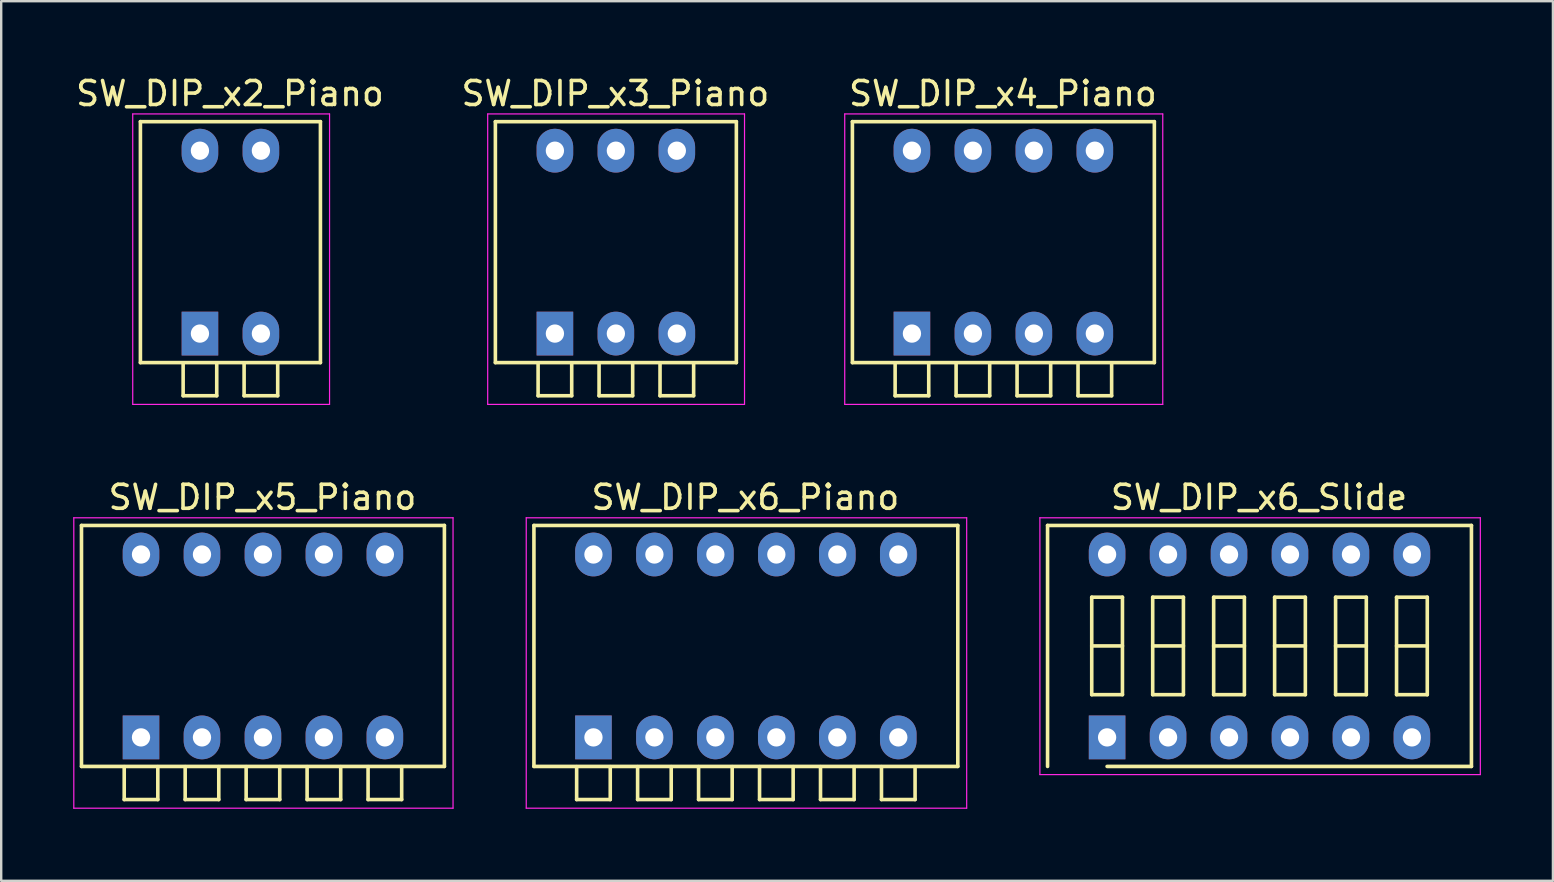
<source format=kicad_pcb>
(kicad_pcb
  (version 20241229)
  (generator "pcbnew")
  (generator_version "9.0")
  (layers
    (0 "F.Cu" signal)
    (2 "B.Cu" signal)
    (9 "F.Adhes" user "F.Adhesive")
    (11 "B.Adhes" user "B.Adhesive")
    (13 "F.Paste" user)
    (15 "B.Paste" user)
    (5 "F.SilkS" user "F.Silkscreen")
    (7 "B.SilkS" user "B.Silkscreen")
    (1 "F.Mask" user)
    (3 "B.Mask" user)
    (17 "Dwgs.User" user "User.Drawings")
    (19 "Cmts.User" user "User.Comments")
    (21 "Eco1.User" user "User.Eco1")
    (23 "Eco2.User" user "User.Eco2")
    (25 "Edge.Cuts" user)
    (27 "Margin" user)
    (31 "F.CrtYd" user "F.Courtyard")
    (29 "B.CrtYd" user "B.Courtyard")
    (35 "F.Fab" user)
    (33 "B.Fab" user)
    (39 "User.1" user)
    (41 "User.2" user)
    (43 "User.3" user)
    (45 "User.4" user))
  (footprint "SW_DIP_x6_Slide"
    (layer "F.Cu")
    (at 43.075 27.672)
    (property "Reference" "SW_DIP_x6_Slide" (at 6.33 -10 0) (layer "F.SilkS") (effects (font (size 1 1) (thickness 0.15))))
    (attr through_hole)
    (fp_line (start -2.48 -8.83) (end 15.18 -8.83) (stroke (width 0.15) (type solid)) (layer "F.SilkS"))
    (fp_line (start -2.48 1.21) (end -2.48 -8.83) (stroke (width 0.15) (type solid)) (layer "F.SilkS"))
    (fp_line (start -0.64 -5.84) (end -0.64 -1.78) (stroke (width 0.15) (type solid)) (layer "F.SilkS"))
    (fp_line (start -0.64 -3.81) (end 0.64 -3.81) (stroke (width 0.15) (type solid)) (layer "F.SilkS"))
    (fp_line (start -0.64 -1.78) (end 0.64 -1.78) (stroke (width 0.15) (type solid)) (layer "F.SilkS"))
    (fp_line (start 0.64 -5.84) (end -0.64 -5.84) (stroke (width 0.15) (type solid)) (layer "F.SilkS"))
    (fp_line (start 0.64 -1.78) (end 0.64 -5.84) (stroke (width 0.15) (type solid)) (layer "F.SilkS"))
    (fp_line (start 1.9 -5.84) (end 1.9 -1.78) (stroke (width 0.15) (type solid)) (layer "F.SilkS"))
    (fp_line (start 1.9 -3.81) (end 3.18 -3.81) (stroke (width 0.15) (type solid)) (layer "F.SilkS"))
    (fp_line (start 1.9 -1.78) (end 3.18 -1.78) (stroke (width 0.15) (type solid)) (layer "F.SilkS"))
    (fp_line (start 3.18 -5.84) (end 1.9 -5.84) (stroke (width 0.15) (type solid)) (layer "F.SilkS"))
    (fp_line (start 3.18 -1.78) (end 3.18 -5.84) (stroke (width 0.15) (type solid)) (layer "F.SilkS"))
    (fp_line (start 4.44 -5.84) (end 4.44 -1.78) (stroke (width 0.15) (type solid)) (layer "F.SilkS"))
    (fp_line (start 4.44 -3.81) (end 5.72 -3.81) (stroke (width 0.15) (type solid)) (layer "F.SilkS"))
    (fp_line (start 4.44 -1.78) (end 5.72 -1.78) (stroke (width 0.15) (type solid)) (layer "F.SilkS"))
    (fp_line (start 5.72 -5.84) (end 4.44 -5.84) (stroke (width 0.15) (type solid)) (layer "F.SilkS"))
    (fp_line (start 5.72 -1.78) (end 5.72 -5.84) (stroke (width 0.15) (type solid)) (layer "F.SilkS"))
    (fp_line (start 6.98 -5.84) (end 6.98 -1.78) (stroke (width 0.15) (type solid)) (layer "F.SilkS"))
    (fp_line (start 6.98 -3.81) (end 8.26 -3.81) (stroke (width 0.15) (type solid)) (layer "F.SilkS"))
    (fp_line (start 6.98 -1.78) (end 8.26 -1.78) (stroke (width 0.15) (type solid)) (layer "F.SilkS"))
    (fp_line (start 8.26 -5.84) (end 6.98 -5.84) (stroke (width 0.15) (type solid)) (layer "F.SilkS"))
    (fp_line (start 8.26 -1.78) (end 8.26 -5.84) (stroke (width 0.15) (type solid)) (layer "F.SilkS"))
    (fp_line (start 9.52 -5.84) (end 9.52 -1.78) (stroke (width 0.15) (type solid)) (layer "F.SilkS"))
    (fp_line (start 9.52 -3.81) (end 10.8 -3.81) (stroke (width 0.15) (type solid)) (layer "F.SilkS"))
    (fp_line (start 9.52 -1.78) (end 10.8 -1.78) (stroke (width 0.15) (type solid)) (layer "F.SilkS"))
    (fp_line (start 10.8 -5.84) (end 9.52 -5.84) (stroke (width 0.15) (type solid)) (layer "F.SilkS"))
    (fp_line (start 10.8 -1.78) (end 10.8 -5.84) (stroke (width 0.15) (type solid)) (layer "F.SilkS"))
    (fp_line (start 12.06 -5.84) (end 12.06 -1.78) (stroke (width 0.15) (type solid)) (layer "F.SilkS"))
    (fp_line (start 12.06 -3.81) (end 13.34 -3.81) (stroke (width 0.15) (type solid)) (layer "F.SilkS"))
    (fp_line (start 12.06 -1.78) (end 13.34 -1.78) (stroke (width 0.15) (type solid)) (layer "F.SilkS"))
    (fp_line (start 13.34 -5.84) (end 12.06 -5.84) (stroke (width 0.15) (type solid)) (layer "F.SilkS"))
    (fp_line (start 13.34 -1.78) (end 13.34 -5.84) (stroke (width 0.15) (type solid)) (layer "F.SilkS"))
    (fp_line (start 15.18 -8.83) (end 15.18 1.21) (stroke (width 0.15) (type solid)) (layer "F.SilkS"))
    (fp_line (start 15.18 1.21) (end 0 1.21) (stroke (width 0.15) (type solid)) (layer "F.SilkS"))
    (fp_line (start -2.8 -9.15) (end -2.8 1.55) (stroke (width 0.05) (type solid)) (layer "F.CrtYd"))
    (fp_line (start -2.8 1.55) (end 15.55 1.55) (stroke (width 0.05) (type solid)) (layer "F.CrtYd"))
    (fp_line (start 15.55 -9.15) (end -2.8 -9.15) (stroke (width 0.05) (type solid)) (layer "F.CrtYd"))
    (fp_line (start 15.55 1.55) (end 15.55 -9.15) (stroke (width 0.05) (type solid)) (layer "F.CrtYd"))
    (pad "1" thru_hole rect (at 0 0) (size 1.524 1.824) (drill 0.762) (layers "*.Cu" "*.Mask"))
    (pad "2" thru_hole oval (at 2.54 0) (size 1.524 1.824) (drill 0.762) (layers "*.Cu" "*.Mask"))
    (pad "3" thru_hole oval (at 5.08 0) (size 1.524 1.824) (drill 0.762) (layers "*.Cu" "*.Mask"))
    (pad "4" thru_hole oval (at 7.62 0) (size 1.524 1.824) (drill 0.762) (layers "*.Cu" "*.Mask"))
    (pad "5" thru_hole oval (at 10.16 0) (size 1.524 1.824) (drill 0.762) (layers "*.Cu" "*.Mask"))
    (pad "6" thru_hole oval (at 12.7 0) (size 1.524 1.824) (drill 0.762) (layers "*.Cu" "*.Mask"))
    (pad "7" thru_hole oval (at 12.7 -7.62) (size 1.524 1.824) (drill 0.762) (layers "*.Cu" "*.Mask"))
    (pad "8" thru_hole oval (at 10.16 -7.62) (size 1.524 1.824) (drill 0.762) (layers "*.Cu" "*.Mask"))
    (pad "9" thru_hole oval (at 7.62 -7.62) (size 1.524 1.824) (drill 0.762) (layers "*.Cu" "*.Mask"))
    (pad "10" thru_hole oval (at 5.08 -7.62) (size 1.524 1.824) (drill 0.762) (layers "*.Cu" "*.Mask"))
    (pad "11" thru_hole oval (at 2.54 -7.62) (size 1.524 1.824) (drill 0.762) (layers "*.Cu" "*.Mask"))
    (pad "12" thru_hole oval (at 0 -7.62) (size 1.524 1.824) (drill 0.762) (layers "*.Cu" "*.Mask")))
  (footprint "SW_DIP_x6_Piano"
    (layer "F.Cu")
    (at 21.675 27.672)
    (property "Reference" "SW_DIP_x6_Piano" (at 6.33 -10 0) (layer "F.SilkS") (effects (font (size 1 1) (thickness 0.15))))
    (attr through_hole)
    (fp_line (start -2.48 -8.83) (end 15.18 -8.83) (stroke (width 0.15) (type solid)) (layer "F.SilkS"))
    (fp_line (start -2.48 1.21) (end -2.48 -8.83) (stroke (width 0.15) (type solid)) (layer "F.SilkS"))
    (fp_line (start -0.7 1.22) (end -0.7 2.59) (stroke (width 0.15) (type solid)) (layer "F.SilkS"))
    (fp_line (start -0.7 2.59) (end 0.7 2.59) (stroke (width 0.15) (type solid)) (layer "F.SilkS"))
    (fp_line (start 0.7 2.59) (end 0.7 1.22) (stroke (width 0.15) (type solid)) (layer "F.SilkS"))
    (fp_line (start 1.84 1.22) (end 1.84 2.59) (stroke (width 0.15) (type solid)) (layer "F.SilkS"))
    (fp_line (start 1.84 2.59) (end 3.24 2.59) (stroke (width 0.15) (type solid)) (layer "F.SilkS"))
    (fp_line (start 3.24 2.59) (end 3.24 1.22) (stroke (width 0.15) (type solid)) (layer "F.SilkS"))
    (fp_line (start 4.38 1.22) (end 4.38 2.59) (stroke (width 0.15) (type solid)) (layer "F.SilkS"))
    (fp_line (start 4.38 2.59) (end 5.78 2.59) (stroke (width 0.15) (type solid)) (layer "F.SilkS"))
    (fp_line (start 5.78 2.59) (end 5.78 1.22) (stroke (width 0.15) (type solid)) (layer "F.SilkS"))
    (fp_line (start 6.92 1.22) (end 6.92 2.59) (stroke (width 0.15) (type solid)) (layer "F.SilkS"))
    (fp_line (start 6.92 2.59) (end 8.32 2.59) (stroke (width 0.15) (type solid)) (layer "F.SilkS"))
    (fp_line (start 8.32 2.59) (end 8.32 1.22) (stroke (width 0.15) (type solid)) (layer "F.SilkS"))
    (fp_line (start 9.46 1.22) (end 9.46 2.59) (stroke (width 0.15) (type solid)) (layer "F.SilkS"))
    (fp_line (start 9.46 2.59) (end 10.86 2.59) (stroke (width 0.15) (type solid)) (layer "F.SilkS"))
    (fp_line (start 10.86 2.59) (end 10.86 1.22) (stroke (width 0.15) (type solid)) (layer "F.SilkS"))
    (fp_line (start 12 1.22) (end 12 2.59) (stroke (width 0.15) (type solid)) (layer "F.SilkS"))
    (fp_line (start 12 2.59) (end 13.4 2.59) (stroke (width 0.15) (type solid)) (layer "F.SilkS"))
    (fp_line (start 13.4 2.59) (end 13.4 1.22) (stroke (width 0.15) (type solid)) (layer "F.SilkS"))
    (fp_line (start 15.18 -8.83) (end 15.18 1.21) (stroke (width 0.15) (type solid)) (layer "F.SilkS"))
    (fp_line (start 15.18 1.21) (end -2.48 1.21) (stroke (width 0.15) (type solid)) (layer "F.SilkS"))
    (fp_line (start -2.8 -9.15) (end -2.8 2.95) (stroke (width 0.05) (type solid)) (layer "F.CrtYd"))
    (fp_line (start -2.8 2.95) (end 15.55 2.95) (stroke (width 0.05) (type solid)) (layer "F.CrtYd"))
    (fp_line (start 15.55 -9.15) (end -2.8 -9.15) (stroke (width 0.05) (type solid)) (layer "F.CrtYd"))
    (fp_line (start 15.55 2.95) (end 15.55 -9.15) (stroke (width 0.05) (type solid)) (layer "F.CrtYd"))
    (pad "1" thru_hole rect (at 0 0) (size 1.524 1.824) (drill 0.762) (layers "*.Cu" "*.Mask"))
    (pad "2" thru_hole oval (at 2.54 0) (size 1.524 1.824) (drill 0.762) (layers "*.Cu" "*.Mask"))
    (pad "3" thru_hole oval (at 5.08 0) (size 1.524 1.824) (drill 0.762) (layers "*.Cu" "*.Mask"))
    (pad "4" thru_hole oval (at 7.62 0) (size 1.524 1.824) (drill 0.762) (layers "*.Cu" "*.Mask"))
    (pad "5" thru_hole oval (at 10.16 0) (size 1.524 1.824) (drill 0.762) (layers "*.Cu" "*.Mask"))
    (pad "6" thru_hole oval (at 12.7 0) (size 1.524 1.824) (drill 0.762) (layers "*.Cu" "*.Mask"))
    (pad "7" thru_hole oval (at 12.7 -7.62) (size 1.524 1.824) (drill 0.762) (layers "*.Cu" "*.Mask"))
    (pad "8" thru_hole oval (at 10.16 -7.62) (size 1.524 1.824) (drill 0.762) (layers "*.Cu" "*.Mask"))
    (pad "9" thru_hole oval (at 7.62 -7.62) (size 1.524 1.824) (drill 0.762) (layers "*.Cu" "*.Mask"))
    (pad "10" thru_hole oval (at 5.08 -7.62) (size 1.524 1.824) (drill 0.762) (layers "*.Cu" "*.Mask"))
    (pad "11" thru_hole oval (at 2.54 -7.62) (size 1.524 1.824) (drill 0.762) (layers "*.Cu" "*.Mask"))
    (pad "12" thru_hole oval (at 0 -7.62) (size 1.524 1.824) (drill 0.762) (layers "*.Cu" "*.Mask")))
  (footprint "SW_DIP_x5_Piano"
    (layer "F.Cu")
    (at 2.825 27.672)
    (property "Reference" "SW_DIP_x5_Piano" (at 5.06 -10 0) (layer "F.SilkS") (effects (font (size 1 1) (thickness 0.15))))
    (attr through_hole)
    (fp_line (start -2.48 -8.83) (end 12.64 -8.83) (stroke (width 0.15) (type solid)) (layer "F.SilkS"))
    (fp_line (start -2.48 1.21) (end -2.48 -8.83) (stroke (width 0.15) (type solid)) (layer "F.SilkS"))
    (fp_line (start -0.7 1.22) (end -0.7 2.59) (stroke (width 0.15) (type solid)) (layer "F.SilkS"))
    (fp_line (start -0.7 2.59) (end 0.7 2.59) (stroke (width 0.15) (type solid)) (layer "F.SilkS"))
    (fp_line (start 0.7 2.59) (end 0.7 1.22) (stroke (width 0.15) (type solid)) (layer "F.SilkS"))
    (fp_line (start 1.84 1.22) (end 1.84 2.59) (stroke (width 0.15) (type solid)) (layer "F.SilkS"))
    (fp_line (start 1.84 2.59) (end 3.24 2.59) (stroke (width 0.15) (type solid)) (layer "F.SilkS"))
    (fp_line (start 3.24 2.59) (end 3.24 1.22) (stroke (width 0.15) (type solid)) (layer "F.SilkS"))
    (fp_line (start 4.38 1.22) (end 4.38 2.59) (stroke (width 0.15) (type solid)) (layer "F.SilkS"))
    (fp_line (start 4.38 2.59) (end 5.78 2.59) (stroke (width 0.15) (type solid)) (layer "F.SilkS"))
    (fp_line (start 5.78 2.59) (end 5.78 1.22) (stroke (width 0.15) (type solid)) (layer "F.SilkS"))
    (fp_line (start 6.92 1.22) (end 6.92 2.59) (stroke (width 0.15) (type solid)) (layer "F.SilkS"))
    (fp_line (start 6.92 2.59) (end 8.32 2.59) (stroke (width 0.15) (type solid)) (layer "F.SilkS"))
    (fp_line (start 8.32 2.59) (end 8.32 1.22) (stroke (width 0.15) (type solid)) (layer "F.SilkS"))
    (fp_line (start 9.46 1.22) (end 9.46 2.59) (stroke (width 0.15) (type solid)) (layer "F.SilkS"))
    (fp_line (start 9.46 2.59) (end 10.86 2.59) (stroke (width 0.15) (type solid)) (layer "F.SilkS"))
    (fp_line (start 10.86 2.59) (end 10.86 1.22) (stroke (width 0.15) (type solid)) (layer "F.SilkS"))
    (fp_line (start 12.64 -8.83) (end 12.64 1.21) (stroke (width 0.15) (type solid)) (layer "F.SilkS"))
    (fp_line (start 12.64 1.21) (end -2.48 1.21) (stroke (width 0.15) (type solid)) (layer "F.SilkS"))
    (fp_line (start -2.8 -9.15) (end -2.8 2.95) (stroke (width 0.05) (type solid)) (layer "F.CrtYd"))
    (fp_line (start -2.8 2.95) (end 13 2.95) (stroke (width 0.05) (type solid)) (layer "F.CrtYd"))
    (fp_line (start 13 -9.15) (end -2.8 -9.15) (stroke (width 0.05) (type solid)) (layer "F.CrtYd"))
    (fp_line (start 13 2.95) (end 13 -9.15) (stroke (width 0.05) (type solid)) (layer "F.CrtYd"))
    (pad "1" thru_hole rect (at 0 0) (size 1.524 1.824) (drill 0.762) (layers "*.Cu" "*.Mask"))
    (pad "2" thru_hole oval (at 2.54 0) (size 1.524 1.824) (drill 0.762) (layers "*.Cu" "*.Mask"))
    (pad "3" thru_hole oval (at 5.08 0) (size 1.524 1.824) (drill 0.762) (layers "*.Cu" "*.Mask"))
    (pad "4" thru_hole oval (at 7.62 0) (size 1.524 1.824) (drill 0.762) (layers "*.Cu" "*.Mask"))
    (pad "5" thru_hole oval (at 10.16 0) (size 1.524 1.824) (drill 0.762) (layers "*.Cu" "*.Mask"))
    (pad "6" thru_hole oval (at 10.16 -7.62) (size 1.524 1.824) (drill 0.762) (layers "*.Cu" "*.Mask"))
    (pad "7" thru_hole oval (at 7.62 -7.62) (size 1.524 1.824) (drill 0.762) (layers "*.Cu" "*.Mask"))
    (pad "8" thru_hole oval (at 5.08 -7.62) (size 1.524 1.824) (drill 0.762) (layers "*.Cu" "*.Mask"))
    (pad "9" thru_hole oval (at 2.54 -7.62) (size 1.524 1.824) (drill 0.762) (layers "*.Cu" "*.Mask"))
    (pad "10" thru_hole oval (at 0 -7.62) (size 1.524 1.824) (drill 0.762) (layers "*.Cu" "*.Mask")))
  (footprint "SW_DIP_x4_Piano"
    (layer "F.Cu")
    (at 34.944 10.848)
    (property "Reference" "SW_DIP_x4_Piano" (at 3.79 -10 0) (layer "F.SilkS") (effects (font (size 1 1) (thickness 0.15))))
    (attr through_hole)
    (fp_line (start -2.48 -8.83) (end 10.1 -8.83) (stroke (width 0.15) (type solid)) (layer "F.SilkS"))
    (fp_line (start -2.48 1.21) (end -2.48 -8.83) (stroke (width 0.15) (type solid)) (layer "F.SilkS"))
    (fp_line (start -0.7 1.22) (end -0.7 2.59) (stroke (width 0.15) (type solid)) (layer "F.SilkS"))
    (fp_line (start -0.7 2.59) (end 0.7 2.59) (stroke (width 0.15) (type solid)) (layer "F.SilkS"))
    (fp_line (start 0.7 2.59) (end 0.7 1.22) (stroke (width 0.15) (type solid)) (layer "F.SilkS"))
    (fp_line (start 1.84 1.22) (end 1.84 2.59) (stroke (width 0.15) (type solid)) (layer "F.SilkS"))
    (fp_line (start 1.84 2.59) (end 3.24 2.59) (stroke (width 0.15) (type solid)) (layer "F.SilkS"))
    (fp_line (start 3.24 2.59) (end 3.24 1.22) (stroke (width 0.15) (type solid)) (layer "F.SilkS"))
    (fp_line (start 4.38 1.22) (end 4.38 2.59) (stroke (width 0.15) (type solid)) (layer "F.SilkS"))
    (fp_line (start 4.38 2.59) (end 5.78 2.59) (stroke (width 0.15) (type solid)) (layer "F.SilkS"))
    (fp_line (start 5.78 2.59) (end 5.78 1.22) (stroke (width 0.15) (type solid)) (layer "F.SilkS"))
    (fp_line (start 6.92 1.22) (end 6.92 2.59) (stroke (width 0.15) (type solid)) (layer "F.SilkS"))
    (fp_line (start 6.92 2.59) (end 8.32 2.59) (stroke (width 0.15) (type solid)) (layer "F.SilkS"))
    (fp_line (start 8.32 2.59) (end 8.32 1.22) (stroke (width 0.15) (type solid)) (layer "F.SilkS"))
    (fp_line (start 10.1 -8.83) (end 10.1 1.21) (stroke (width 0.15) (type solid)) (layer "F.SilkS"))
    (fp_line (start 10.1 1.21) (end -2.48 1.21) (stroke (width 0.15) (type solid)) (layer "F.SilkS"))
    (fp_line (start -2.8 -9.15) (end -2.8 2.95) (stroke (width 0.05) (type solid)) (layer "F.CrtYd"))
    (fp_line (start -2.8 2.95) (end 10.45 2.95) (stroke (width 0.05) (type solid)) (layer "F.CrtYd"))
    (fp_line (start 10.45 -9.15) (end -2.8 -9.15) (stroke (width 0.05) (type solid)) (layer "F.CrtYd"))
    (fp_line (start 10.45 2.95) (end 10.45 -9.15) (stroke (width 0.05) (type solid)) (layer "F.CrtYd"))
    (pad "1" thru_hole rect (at 0 0) (size 1.524 1.824) (drill 0.762) (layers "*.Cu" "*.Mask"))
    (pad "2" thru_hole oval (at 2.54 0) (size 1.524 1.824) (drill 0.762) (layers "*.Cu" "*.Mask"))
    (pad "3" thru_hole oval (at 5.08 0) (size 1.524 1.824) (drill 0.762) (layers "*.Cu" "*.Mask"))
    (pad "4" thru_hole oval (at 7.62 0) (size 1.524 1.824) (drill 0.762) (layers "*.Cu" "*.Mask"))
    (pad "5" thru_hole oval (at 7.62 -7.62) (size 1.524 1.824) (drill 0.762) (layers "*.Cu" "*.Mask"))
    (pad "6" thru_hole oval (at 5.08 -7.62) (size 1.524 1.824) (drill 0.762) (layers "*.Cu" "*.Mask"))
    (pad "7" thru_hole oval (at 2.54 -7.62) (size 1.524 1.824) (drill 0.762) (layers "*.Cu" "*.Mask"))
    (pad "8" thru_hole oval (at 0 -7.62) (size 1.524 1.824) (drill 0.762) (layers "*.Cu" "*.Mask")))
  (footprint "SW_DIP_x2_Piano"
    (layer "F.Cu")
    (at 5.28 10.848)
    (property "Reference" "SW_DIP_x2_Piano" (at 1.25 -10 0) (layer "F.SilkS") (effects (font (size 1 1) (thickness 0.15))))
    (attr through_hole)
    (fp_line (start -2.48 -8.83) (end 5.02 -8.83) (stroke (width 0.15) (type solid)) (layer "F.SilkS"))
    (fp_line (start -2.48 1.21) (end -2.48 -8.83) (stroke (width 0.15) (type solid)) (layer "F.SilkS"))
    (fp_line (start -0.7 1.22) (end -0.7 2.59) (stroke (width 0.15) (type solid)) (layer "F.SilkS"))
    (fp_line (start -0.7 2.59) (end 0.7 2.59) (stroke (width 0.15) (type solid)) (layer "F.SilkS"))
    (fp_line (start 0.7 2.59) (end 0.7 1.22) (stroke (width 0.15) (type solid)) (layer "F.SilkS"))
    (fp_line (start 1.84 1.22) (end 1.84 2.59) (stroke (width 0.15) (type solid)) (layer "F.SilkS"))
    (fp_line (start 1.84 2.59) (end 3.24 2.59) (stroke (width 0.15) (type solid)) (layer "F.SilkS"))
    (fp_line (start 3.24 2.59) (end 3.24 1.22) (stroke (width 0.15) (type solid)) (layer "F.SilkS"))
    (fp_line (start 5.02 -8.83) (end 5.02 1.21) (stroke (width 0.15) (type solid)) (layer "F.SilkS"))
    (fp_line (start 5.02 1.21) (end -2.48 1.21) (stroke (width 0.15) (type solid)) (layer "F.SilkS"))
    (fp_line (start -2.8 -9.15) (end -2.8 2.95) (stroke (width 0.05) (type solid)) (layer "F.CrtYd"))
    (fp_line (start -2.8 2.95) (end 5.4 2.95) (stroke (width 0.05) (type solid)) (layer "F.CrtYd"))
    (fp_line (start 5.4 -9.15) (end -2.8 -9.15) (stroke (width 0.05) (type solid)) (layer "F.CrtYd"))
    (fp_line (start 5.4 2.95) (end 5.4 -9.15) (stroke (width 0.05) (type solid)) (layer "F.CrtYd"))
    (pad "1" thru_hole rect (at 0 0) (size 1.524 1.824) (drill 0.762) (layers "*.Cu" "*.Mask"))
    (pad "2" thru_hole oval (at 2.54 0) (size 1.524 1.824) (drill 0.762) (layers "*.Cu" "*.Mask"))
    (pad "3" thru_hole oval (at 2.54 -7.62) (size 1.524 1.824) (drill 0.762) (layers "*.Cu" "*.Mask"))
    (pad "4" thru_hole oval (at 0 -7.62) (size 1.524 1.824) (drill 0.762) (layers "*.Cu" "*.Mask")))
  (footprint "SW_DIP_x3_Piano"
    (layer "F.Cu")
    (at 20.069 10.848)
    (property "Reference" "SW_DIP_x3_Piano" (at 2.52 -10 0) (layer "F.SilkS") (effects (font (size 1 1) (thickness 0.15))))
    (attr through_hole)
    (fp_line (start -2.48 -8.83) (end 7.56 -8.83) (stroke (width 0.15) (type solid)) (layer "F.SilkS"))
    (fp_line (start -2.48 1.21) (end -2.48 -8.83) (stroke (width 0.15) (type solid)) (layer "F.SilkS"))
    (fp_line (start -0.7 1.22) (end -0.7 2.59) (stroke (width 0.15) (type solid)) (layer "F.SilkS"))
    (fp_line (start -0.7 2.59) (end 0.7 2.59) (stroke (width 0.15) (type solid)) (layer "F.SilkS"))
    (fp_line (start 0.7 2.59) (end 0.7 1.22) (stroke (width 0.15) (type solid)) (layer "F.SilkS"))
    (fp_line (start 1.84 1.22) (end 1.84 2.59) (stroke (width 0.15) (type solid)) (layer "F.SilkS"))
    (fp_line (start 1.84 2.59) (end 3.24 2.59) (stroke (width 0.15) (type solid)) (layer "F.SilkS"))
    (fp_line (start 3.24 2.59) (end 3.24 1.22) (stroke (width 0.15) (type solid)) (layer "F.SilkS"))
    (fp_line (start 4.38 1.22) (end 4.38 2.59) (stroke (width 0.15) (type solid)) (layer "F.SilkS"))
    (fp_line (start 4.38 2.59) (end 5.78 2.59) (stroke (width 0.15) (type solid)) (layer "F.SilkS"))
    (fp_line (start 5.78 2.59) (end 5.78 1.22) (stroke (width 0.15) (type solid)) (layer "F.SilkS"))
    (fp_line (start 7.56 -8.83) (end 7.56 1.21) (stroke (width 0.15) (type solid)) (layer "F.SilkS"))
    (fp_line (start 7.56 1.21) (end -2.48 1.21) (stroke (width 0.15) (type solid)) (layer "F.SilkS"))
    (fp_line (start -2.8 -9.15) (end -2.8 2.95) (stroke (width 0.05) (type solid)) (layer "F.CrtYd"))
    (fp_line (start -2.8 2.95) (end 7.9 2.95) (stroke (width 0.05) (type solid)) (layer "F.CrtYd"))
    (fp_line (start 7.9 -9.15) (end -2.8 -9.15) (stroke (width 0.05) (type solid)) (layer "F.CrtYd"))
    (fp_line (start 7.9 2.95) (end 7.9 -9.15) (stroke (width 0.05) (type solid)) (layer "F.CrtYd"))
    (pad "1" thru_hole rect (at 0 0) (size 1.524 1.824) (drill 0.762) (layers "*.Cu" "*.Mask"))
    (pad "2" thru_hole oval (at 2.54 0) (size 1.524 1.824) (drill 0.762) (layers "*.Cu" "*.Mask"))
    (pad "3" thru_hole oval (at 5.08 0) (size 1.524 1.824) (drill 0.762) (layers "*.Cu" "*.Mask"))
    (pad "4" thru_hole oval (at 5.08 -7.62) (size 1.524 1.824) (drill 0.762) (layers "*.Cu" "*.Mask"))
    (pad "5" thru_hole oval (at 2.54 -7.62) (size 1.524 1.824) (drill 0.762) (layers "*.Cu" "*.Mask"))
    (pad "6" thru_hole oval (at 0 -7.62) (size 1.524 1.824) (drill 0.762) (layers "*.Cu" "*.Mask")))
  (gr_rect
    (start -3 -3)
    (end 61.65 33.647)
    (stroke (width 0.1) (type default))
    (fill no)
    (layer "Edge.Cuts")))
</source>
